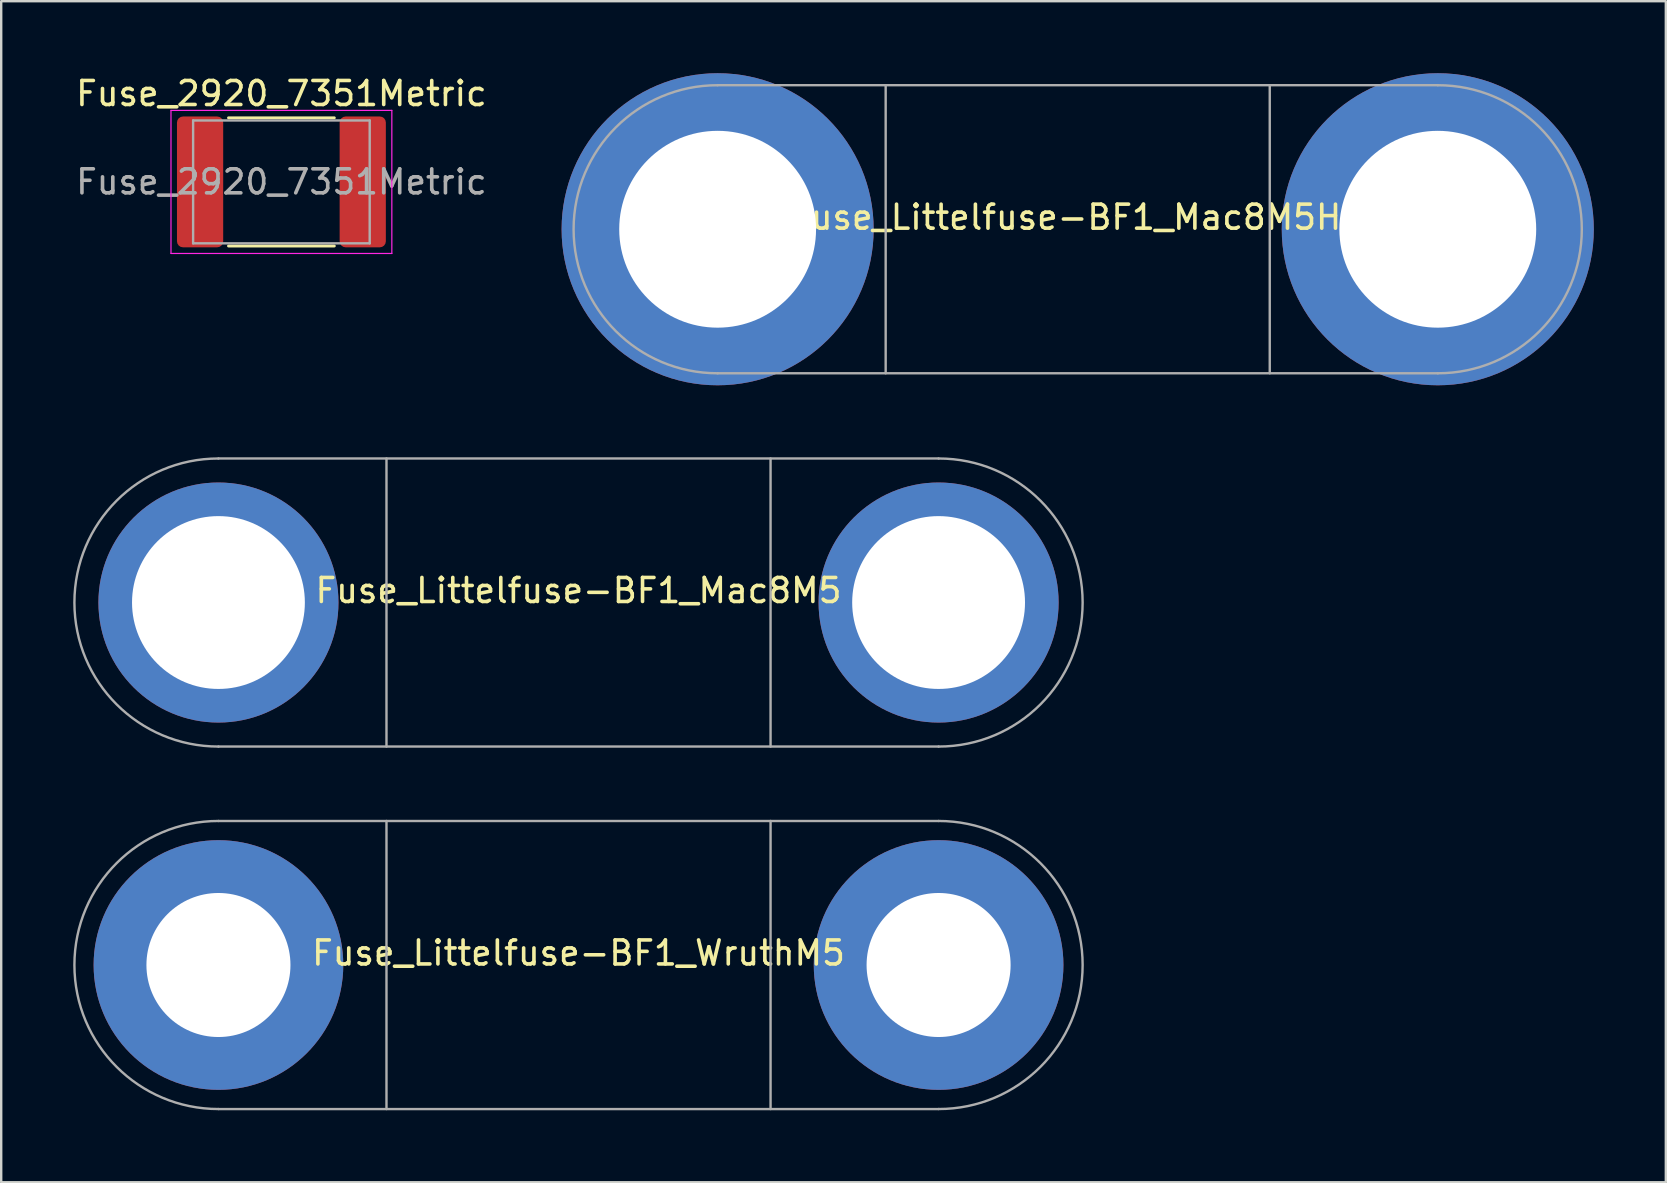
<source format=kicad_pcb>
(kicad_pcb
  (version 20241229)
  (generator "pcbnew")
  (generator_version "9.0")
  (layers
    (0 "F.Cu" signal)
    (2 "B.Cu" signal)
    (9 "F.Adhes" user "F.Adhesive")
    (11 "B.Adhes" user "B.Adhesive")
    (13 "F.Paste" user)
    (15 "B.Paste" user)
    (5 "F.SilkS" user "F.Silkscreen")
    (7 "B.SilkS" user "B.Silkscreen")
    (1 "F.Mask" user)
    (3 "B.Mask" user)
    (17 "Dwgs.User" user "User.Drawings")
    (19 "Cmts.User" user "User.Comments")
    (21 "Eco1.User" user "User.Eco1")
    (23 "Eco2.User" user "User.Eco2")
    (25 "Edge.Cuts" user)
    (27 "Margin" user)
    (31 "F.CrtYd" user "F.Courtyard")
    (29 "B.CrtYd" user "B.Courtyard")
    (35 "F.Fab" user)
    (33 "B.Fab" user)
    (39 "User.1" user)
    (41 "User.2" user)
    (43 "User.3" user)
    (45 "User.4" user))
  (footprint "Fuse_Littelfuse-BF1_WruthM5"
    (layer "F.Cu")
    (at 21.05 37.15)
    (property "Reference" "Fuse_Littelfuse-BF1_WruthM5" (at 0 -0.5 0) (unlocked yes) (layer "F.SilkS") (effects (font (size 1 1) (thickness 0.15))))
    (attr through_hole)
    (fp_line (start -15 6) (end 15 6) (stroke (width 0.1) (type default)) (layer "F.Fab"))
    (fp_line (start -8 -6) (end -8 6) (stroke (width 0.1) (type default)) (layer "F.Fab"))
    (fp_line (start 8 -6) (end 8 6) (stroke (width 0.1) (type default)) (layer "F.Fab"))
    (fp_line (start 15 -6) (end -15 -6) (stroke (width 0.1) (type default)) (layer "F.Fab"))
    (fp_arc (start -15 6) (mid -21 0) (end -15 -6) (stroke (width 0.1) (type default)) (layer "F.Fab"))
    (fp_arc (start 15 -6) (mid 21 0) (end 15 6) (stroke (width 0.1) (type default)) (layer "F.Fab"))
    (pad "1" thru_hole circle (at -15 0) (size 10.4 10.4) (drill 6) (layers "*.Cu" "*.Mask"))
    (pad "2" thru_hole circle (at 15 0) (size 10.4 10.4) (drill 6) (layers "*.Cu" "*.Mask")))
  (footprint "Fuse_2920_7351Metric"
    (layer "F.Cu")
    (at 8.673 4.528)
    (property "Reference" "Fuse_2920_7351Metric" (at 0 -3.68 0) (layer "F.SilkS") (effects (font (size 1 1) (thickness 0.15))))
    (attr smd)
    (fp_line (start -2.204 -2.67) (end 2.204 -2.67) (stroke (width 0.12) (type solid)) (layer "F.SilkS"))
    (fp_line (start -2.204 2.67) (end 2.204 2.67) (stroke (width 0.12) (type solid)) (layer "F.SilkS"))
    (fp_line (start -4.6 -2.98) (end 4.6 -2.98) (stroke (width 0.05) (type solid)) (layer "F.CrtYd"))
    (fp_line (start -4.6 2.98) (end -4.6 -2.98) (stroke (width 0.05) (type solid)) (layer "F.CrtYd"))
    (fp_line (start 4.6 -2.98) (end 4.6 2.98) (stroke (width 0.05) (type solid)) (layer "F.CrtYd"))
    (fp_line (start 4.6 2.98) (end -4.6 2.98) (stroke (width 0.05) (type solid)) (layer "F.CrtYd"))
    (fp_line (start -3.678 -2.56) (end 3.678 -2.56) (stroke (width 0.1) (type solid)) (layer "F.Fab"))
    (fp_line (start -3.678 2.56) (end -3.678 -2.56) (stroke (width 0.1) (type solid)) (layer "F.Fab"))
    (fp_line (start 3.678 -2.56) (end 3.678 2.56) (stroke (width 0.1) (type solid)) (layer "F.Fab"))
    (fp_line (start 3.678 2.56) (end -3.678 2.56) (stroke (width 0.1) (type solid)) (layer "F.Fab"))
    (fp_text user "${REFERENCE}" (at 0 0 0) (layer "F.Fab") (effects (font (size 1 1) (thickness 0.15))))
    (pad "1" smd roundrect (at -3.388 0) (size 1.925 5.45) (layers "F.Cu" "F.Mask" "F.Paste") (roundrect_rratio 0.13))
    (pad "2" smd roundrect (at 3.388 0) (size 1.925 5.45) (layers "F.Cu" "F.Mask" "F.Paste") (roundrect_rratio 0.13)))
  (footprint "Fuse_Littelfuse-BF1_Mac8M5"
    (layer "F.Cu")
    (at 21.05 22.05)
    (property "Reference" "Fuse_Littelfuse-BF1_Mac8M5" (at 0 -0.5 0) (unlocked yes) (layer "F.SilkS") (effects (font (size 1 1) (thickness 0.15))))
    (attr through_hole)
    (fp_line (start -15 6) (end 15 6) (stroke (width 0.1) (type default)) (layer "F.Fab"))
    (fp_line (start -8 -6) (end -8 6) (stroke (width 0.1) (type default)) (layer "F.Fab"))
    (fp_line (start 8 -6) (end 8 6) (stroke (width 0.1) (type default)) (layer "F.Fab"))
    (fp_line (start 15 -6) (end -15 -6) (stroke (width 0.1) (type default)) (layer "F.Fab"))
    (fp_arc (start -15 6) (mid -21 0) (end -15 -6) (stroke (width 0.1) (type default)) (layer "F.Fab"))
    (fp_arc (start 15 -6) (mid 21 0) (end 15 6) (stroke (width 0.1) (type default)) (layer "F.Fab"))
    (pad "1" thru_hole circle (at -15 0) (size 10 10) (drill 7.2) (layers "*.Cu" "*.Mask"))
    (pad "2" thru_hole circle (at 15 0) (size 10 10) (drill 7.2) (layers "*.Cu" "*.Mask")))
  (footprint "Fuse_Littelfuse-BF1_Mac8M5HC"
    (layer "F.Cu")
    (at 41.845 6.5)
    (property "Reference" "Fuse_Littelfuse-BF1_Mac8M5HC" (at 0 -0.5 0) (unlocked yes) (layer "F.SilkS") (effects (font (size 1 1) (thickness 0.15))))
    (attr through_hole)
    (fp_line (start -15 6) (end 15 6) (stroke (width 0.1) (type default)) (layer "F.Fab"))
    (fp_line (start -8 -6) (end -8 6) (stroke (width 0.1) (type default)) (layer "F.Fab"))
    (fp_line (start 8 -6) (end 8 6) (stroke (width 0.1) (type default)) (layer "F.Fab"))
    (fp_line (start 15 -6) (end -15 -6) (stroke (width 0.1) (type default)) (layer "F.Fab"))
    (fp_arc (start -15 6) (mid -21 0) (end -15 -6) (stroke (width 0.1) (type default)) (layer "F.Fab"))
    (fp_arc (start 15 -6) (mid 21 0) (end 15 6) (stroke (width 0.1) (type default)) (layer "F.Fab"))
    (pad "1" thru_hole circle (at -15 0) (size 13 13) (drill 8.2) (layers "*.Cu" "*.Mask"))
    (pad "2" thru_hole circle (at 15 0) (size 13 13) (drill 8.2) (layers "*.Cu" "*.Mask")))
  (gr_rect
    (start -3 -3)
    (end 66.345 46.2)
    (stroke (width 0.1) (type default))
    (fill no)
    (layer "Edge.Cuts")))
</source>
